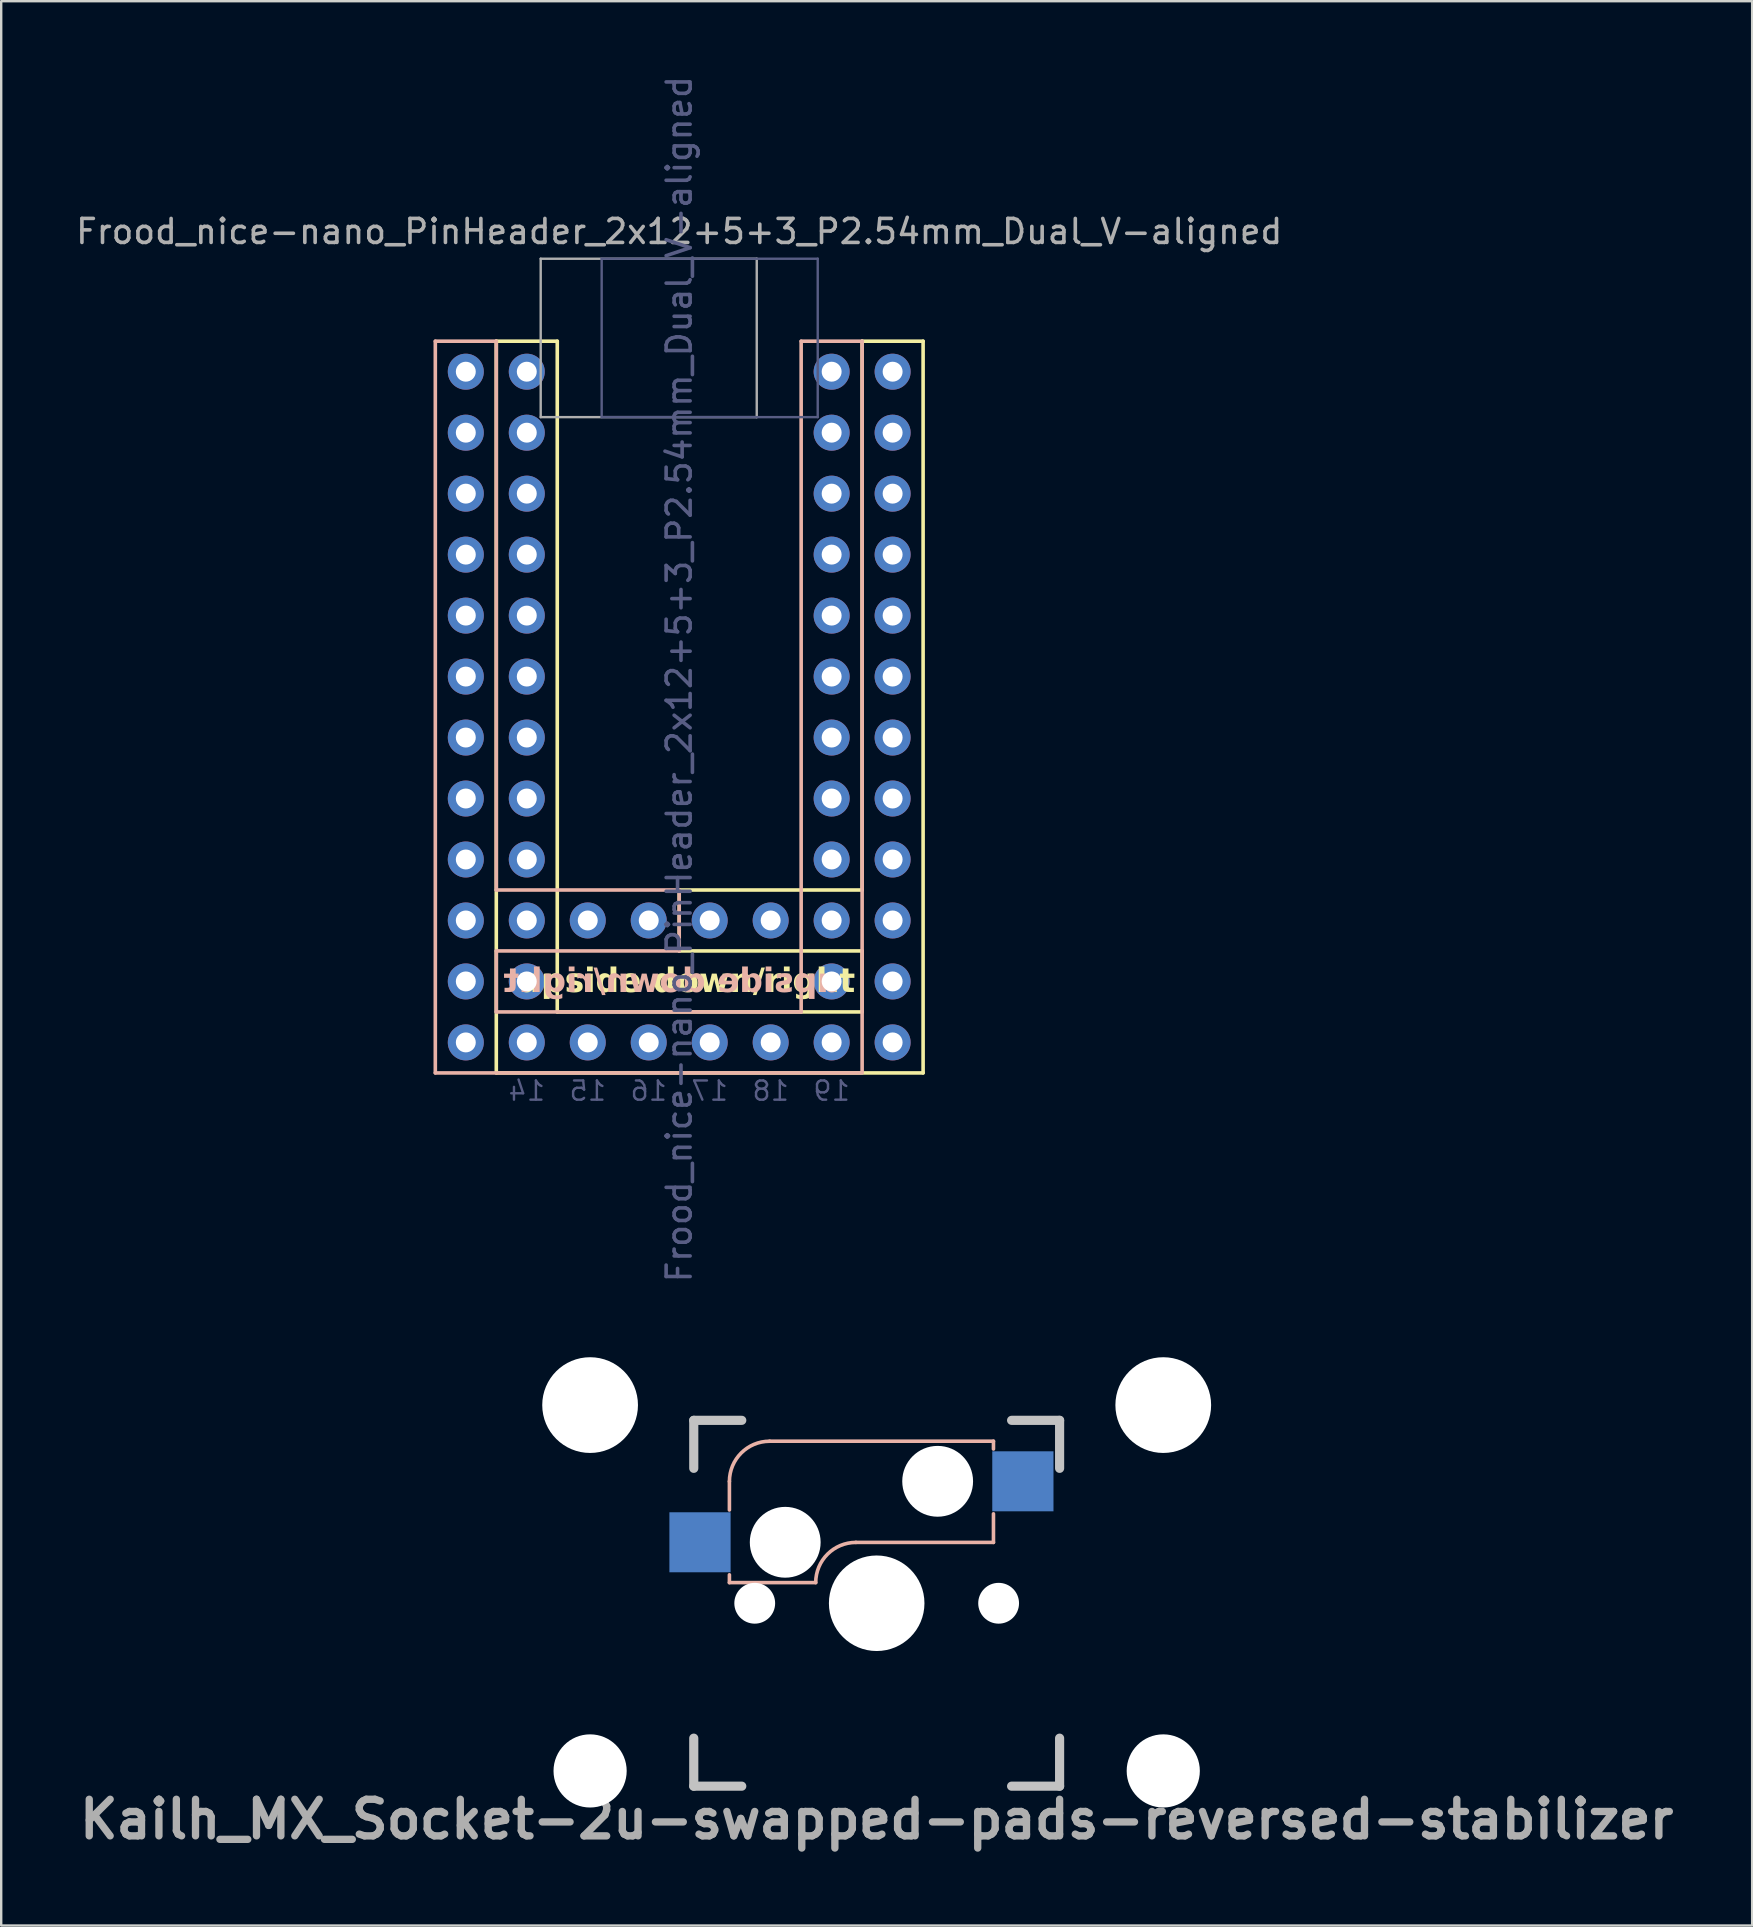
<source format=kicad_pcb>
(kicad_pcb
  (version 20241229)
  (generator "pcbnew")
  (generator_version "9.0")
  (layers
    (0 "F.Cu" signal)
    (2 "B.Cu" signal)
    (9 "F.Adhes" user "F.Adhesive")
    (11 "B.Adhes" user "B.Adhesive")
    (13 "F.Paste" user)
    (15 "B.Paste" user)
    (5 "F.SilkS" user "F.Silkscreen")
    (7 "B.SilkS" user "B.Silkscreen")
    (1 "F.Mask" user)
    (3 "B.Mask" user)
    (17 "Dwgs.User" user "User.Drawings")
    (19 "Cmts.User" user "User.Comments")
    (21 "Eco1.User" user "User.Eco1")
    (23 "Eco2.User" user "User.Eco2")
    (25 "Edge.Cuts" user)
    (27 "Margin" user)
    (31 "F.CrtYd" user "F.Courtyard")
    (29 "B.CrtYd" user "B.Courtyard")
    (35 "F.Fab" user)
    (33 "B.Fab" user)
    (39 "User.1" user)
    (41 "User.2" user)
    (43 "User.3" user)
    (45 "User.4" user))
  (footprint "Frood_nice-nano_PinHeader_2x12+5+3_P2.54mm_Dual_V-aligned"
    (layer "F.Cu")
    (at 25.244 9.894)
    (property "Reference" "Frood_nice-nano_PinHeader_2x12+5+3_P2.54mm_Dual_V-aligned" (at 0 -3.3 0) (layer "F.Fab") (effects (font (size 1 1) (thickness 0.15))))
    (attr through_hole)
    (fp_line (start -7.62 1.27) (end -5.08 1.27) (stroke (width 0.15) (type solid)) (layer "F.SilkS"))
    (fp_line (start -7.62 31.75) (end -7.62 1.27) (stroke (width 0.15) (type solid)) (layer "F.SilkS"))
    (fp_line (start -5.08 1.27) (end -5.08 29.21) (stroke (width 0.15) (type solid)) (layer "F.SilkS"))
    (fp_line (start 0 24.13) (end 7.62 24.13) (stroke (width 0.15) (type solid)) (layer "F.SilkS"))
    (fp_line (start 0 26.67) (end 0 24.13) (stroke (width 0.15) (type solid)) (layer "F.SilkS"))
    (fp_line (start 7.62 1.27) (end 10.16 1.27) (stroke (width 0.15) (type solid)) (layer "F.SilkS"))
    (fp_line (start 7.62 24.13) (end 7.62 1.27) (stroke (width 0.15) (type solid)) (layer "F.SilkS"))
    (fp_line (start 7.62 26.67) (end 0 26.67) (stroke (width 0.15) (type solid)) (layer "F.SilkS"))
    (fp_line (start 7.62 29.21) (end 7.62 26.67) (stroke (width 0.15) (type solid)) (layer "F.SilkS"))
    (fp_line (start 7.62 29.21) (end -5.08 29.21) (stroke (width 0.15) (type solid)) (layer "F.SilkS"))
    (fp_line (start 10.16 1.27) (end 10.16 31.75) (stroke (width 0.15) (type solid)) (layer "F.SilkS"))
    (fp_line (start 10.16 31.75) (end -7.62 31.75) (stroke (width 0.15) (type solid)) (layer "F.SilkS"))
    (fp_line (start -10.16 1.27) (end -10.16 31.75) (stroke (width 0.15) (type solid)) (layer "B.SilkS"))
    (fp_line (start -10.16 31.75) (end 7.62 31.75) (stroke (width 0.15) (type solid)) (layer "B.SilkS"))
    (fp_line (start -7.62 1.27) (end -10.16 1.27) (stroke (width 0.15) (type solid)) (layer "B.SilkS"))
    (fp_line (start -7.62 1.27) (end -7.62 24.13) (stroke (width 0.15) (type solid)) (layer "B.SilkS"))
    (fp_line (start -7.62 26.67) (end -7.62 29.21) (stroke (width 0.15) (type default)) (layer "B.SilkS"))
    (fp_line (start -7.62 26.67) (end 0 26.67) (stroke (width 0.15) (type solid)) (layer "B.SilkS"))
    (fp_line (start -7.62 29.21) (end 5.08 29.21) (stroke (width 0.15) (type solid)) (layer "B.SilkS"))
    (fp_line (start 0 24.13) (end -7.62 24.13) (stroke (width 0.15) (type solid)) (layer "B.SilkS"))
    (fp_line (start 0 26.67) (end 0 24.13) (stroke (width 0.15) (type solid)) (layer "B.SilkS"))
    (fp_line (start 5.08 29.21) (end 5.08 1.27) (stroke (width 0.15) (type solid)) (layer "B.SilkS"))
    (fp_line (start 7.62 1.27) (end 5.08 1.27) (stroke (width 0.15) (type solid)) (layer "B.SilkS"))
    (fp_line (start 7.62 31.676) (end 7.62 1.27) (stroke (width 0.15) (type solid)) (layer "B.SilkS"))
    (fp_line (start -3.23 -2.167) (end 5.77 -2.167) (stroke (width 0.1) (type solid)) (layer "B.Fab"))
    (fp_line (start -3.23 4.433) (end -3.23 -2.167) (stroke (width 0.1) (type solid)) (layer "B.Fab"))
    (fp_line (start 5.77 -2.167) (end 5.77 4.433) (stroke (width 0.1) (type solid)) (layer "B.Fab"))
    (fp_line (start 5.77 4.433) (end -3.23 4.433) (stroke (width 0.1) (type solid)) (layer "B.Fab"))
    (fp_line (start -5.77 -2.167) (end -5.77 4.433) (stroke (width 0.1) (type solid)) (layer "F.Fab"))
    (fp_line (start -5.77 4.433) (end 3.23 4.433) (stroke (width 0.1) (type solid)) (layer "F.Fab"))
    (fp_line (start 3.23 -2.167) (end -5.77 -2.167) (stroke (width 0.1) (type solid)) (layer "F.Fab"))
    (fp_line (start 3.23 4.433) (end 3.23 -2.167) (stroke (width 0.1) (type solid)) (layer "F.Fab"))
    (fp_line (start -7.1 2.54) (end -7.1 30.48) (stroke (width 0.15) (type solid)) (layer "User.6"))
    (fp_line (start -6.35 31.23) (end 8.89 31.23) (stroke (width 0.15) (type solid)) (layer "User.6"))
    (fp_line (start -5.6 29.69) (end -5.6 2.54) (stroke (width 0.15) (type solid)) (layer "User.6"))
    (fp_line (start 1.27 24.65) (end 8.14 24.65) (stroke (width 0.15) (type default)) (layer "User.6"))
    (fp_line (start 1.27 26.15) (end 8.14 26.15) (stroke (width 0.15) (type default)) (layer "User.6"))
    (fp_line (start 8.14 2.54) (end 8.14 24.65) (stroke (width 0.15) (type solid)) (layer "User.6"))
    (fp_line (start 8.14 26.15) (end 8.14 29.69) (stroke (width 0.15) (type default)) (layer "User.6"))
    (fp_line (start 8.14 29.69) (end -5.6 29.69) (stroke (width 0.15) (type solid)) (layer "User.6"))
    (fp_line (start 9.64 30.48) (end 9.64 2.54) (stroke (width 0.15) (type solid)) (layer "User.6"))
    (fp_arc (start -7.1 2.54) (mid -6.35 1.79) (end -5.6 2.54) (stroke (width 0.15) (type solid)) (layer "User.6"))
    (fp_arc (start -6.349997 31.229997) (mid -6.880328 31.010328) (end -7.099997 30.479997) (stroke (width 0.15) (type solid)) (layer "User.6"))
    (fp_arc (start 1.27 26.15) (mid 0.52 25.4) (end 1.27 24.65) (stroke (width 0.15) (type default)) (layer "User.6"))
    (fp_arc (start 8.14 2.54) (mid 8.89 1.79) (end 9.64 2.54) (stroke (width 0.15) (type solid)) (layer "User.6"))
    (fp_arc (start 9.639999 30.480003) (mid 9.420328 31.010331) (end 8.889999 31.230003) (stroke (width 0.15) (type solid)) (layer "User.6"))
    (fp_line (start -9.64 2.54) (end -9.64 30.48) (stroke (width 0.15) (type solid)) (layer "User.7"))
    (fp_line (start -8.89 31.23) (end 6.35 31.23) (stroke (width 0.15) (type solid)) (layer "User.7"))
    (fp_line (start -8.14 2.54) (end -8.14 24.65) (stroke (width 0.15) (type solid)) (layer "User.7"))
    (fp_line (start -8.14 26.15) (end -8.14 29.69) (stroke (width 0.15) (type default)) (layer "User.7"))
    (fp_line (start -8.14 29.69) (end 5.6 29.69) (stroke (width 0.15) (type solid)) (layer "User.7"))
    (fp_line (start -1.27 24.65) (end -8.14 24.65) (stroke (width 0.15) (type default)) (layer "User.7"))
    (fp_line (start -1.27 26.15) (end -8.14 26.15) (stroke (width 0.15) (type default)) (layer "User.7"))
    (fp_line (start 5.6 29.69) (end 5.6 2.5) (stroke (width 0.15) (type solid)) (layer "User.7"))
    (fp_line (start 7.1 30.48) (end 7.1 2.5) (stroke (width 0.15) (type solid)) (layer "User.7"))
    (fp_arc (start -9.64 2.54) (mid -8.89 1.79) (end -8.14 2.54) (stroke (width 0.15) (type solid)) (layer "User.7"))
    (fp_arc (start -8.89 31.23) (mid -9.42033 31.01033) (end -9.64 30.48) (stroke (width 0.15) (type solid)) (layer "User.7"))
    (fp_arc (start -1.27 24.65) (mid -0.52 25.4) (end -1.27 26.15) (stroke (width 0.15) (type default)) (layer "User.7"))
    (fp_arc (start 5.599999 2.5) (mid 6.349999 1.75) (end 7.099999 2.5) (stroke (width 0.15) (type solid)) (layer "User.7"))
    (fp_arc (start 7.1 30.48) (mid 6.88033 31.01033) (end 6.35 31.23) (stroke (width 0.15) (type solid)) (layer "User.7"))
    (fp_text user "upside down/right" (at 0.3 28.55 0) (unlocked yes) (layer "F.SilkS") (effects (font (face "Roboto Condensed") (size 1 0.98) (thickness 0.245) (bold yes)) (justify bottom)))
    (fp_text user "upside down/right" (at -0.3 28.55 0) (unlocked yes) (layer "B.SilkS") (effects (font (face "Roboto Condensed") (size 1 0.98) (thickness 0.245) (bold yes)) (justify bottom mirror)))
    (fp_text user "18" (at 3.81 32.5 0) (unlocked yes) (layer "B.Fab") (effects (font (size 0.8 0.8) (thickness 0.1)) (justify mirror)))
    (fp_text user "16" (at -1.27 32.5 0) (unlocked yes) (layer "B.Fab") (effects (font (size 0.8 0.8) (thickness 0.1)) (justify mirror)))
    (fp_text user "17" (at 1.27 32.5 0) (unlocked yes) (layer "B.Fab") (effects (font (size 0.8 0.8) (thickness 0.1)) (justify mirror)))
    (fp_text user "14" (at -6.35 32.5 0) (unlocked yes) (layer "B.Fab") (effects (font (size 0.8 0.8) (thickness 0.1)) (justify mirror)))
    (fp_text user "19" (at 6.35 32.5 0) (unlocked yes) (layer "B.Fab") (effects (font (size 0.8 0.8) (thickness 0.1)) (justify mirror)))
    (fp_text user "15" (at -3.81 32.5 0) (unlocked yes) (layer "B.Fab") (effects (font (size 0.8 0.8) (thickness 0.1)) (justify mirror)))
    (fp_text user "${REFERENCE}" (at 0 15.35 270) (layer "B.Fab") (effects (font (size 1 1) (thickness 0.15))))
    (pad "2" thru_hole oval (at -8.89 2.54) (size 1.5 1.5) (drill 0.83) (layers "*.Cu" "F.Mask"))
    (pad "2" thru_hole oval (at 8.89 2.54) (size 1.5 1.5) (drill 0.83) (layers "*.Cu" "B.Mask"))
    (pad "3" thru_hole oval (at -8.89 5.08) (size 1.5 1.5) (drill 0.83) (layers "*.Cu" "F.Mask"))
    (pad "3" thru_hole oval (at 8.89 5.08) (size 1.5 1.5) (drill 0.83) (layers "*.Cu" "B.Mask"))
    (pad "4" thru_hole oval (at -8.89 7.62 315) (size 1.5 1.5) (drill 0.83) (layers "*.Cu" "F.Mask"))
    (pad "4" thru_hole oval (at 8.89 7.62 315) (size 1.5 1.5) (drill 0.83) (layers "*.Cu" "B.Mask"))
    (pad "5" thru_hole oval (at -8.89 10.16 315) (size 1.5 1.5) (drill 0.83) (layers "*.Cu" "F.Mask"))
    (pad "5" thru_hole oval (at 8.89 10.16 315) (size 1.5 1.5) (drill 0.83) (layers "*.Cu" "B.Mask"))
    (pad "6" thru_hole oval (at -8.89 12.7) (size 1.5 1.5) (drill 0.83) (layers "*.Cu" "F.Mask"))
    (pad "6" thru_hole oval (at 8.89 12.7) (size 1.5 1.5) (drill 0.83) (layers "*.Cu" "B.Mask"))
    (pad "7" thru_hole oval (at -8.89 15.24) (size 1.5 1.5) (drill 0.83) (layers "*.Cu" "F.Mask"))
    (pad "7" thru_hole oval (at 8.89 15.24) (size 1.5 1.5) (drill 0.83) (layers "*.Cu" "B.Mask"))
    (pad "8" thru_hole oval (at -8.89 17.78) (size 1.5 1.5) (drill 0.83) (layers "*.Cu" "F.Mask"))
    (pad "8" thru_hole oval (at 8.89 17.78) (size 1.5 1.5) (drill 0.83) (layers "*.Cu" "B.Mask"))
    (pad "9" thru_hole oval (at -8.89 20.32) (size 1.5 1.5) (drill 0.83) (layers "*.Cu" "F.Mask"))
    (pad "9" thru_hole oval (at 8.89 20.32) (size 1.5 1.5) (drill 0.83) (layers "*.Cu" "B.Mask"))
    (pad "10" thru_hole oval (at -8.89 22.86) (size 1.5 1.5) (drill 0.83) (layers "*.Cu" "F.Mask"))
    (pad "10" thru_hole oval (at 8.89 22.86) (size 1.5 1.5) (drill 0.83) (layers "*.Cu" "B.Mask"))
    (pad "11" thru_hole oval (at -8.89 25.4) (size 1.5 1.5) (drill 0.83) (layers "*.Cu" "F.Mask"))
    (pad "11" thru_hole oval (at 8.89 25.4) (size 1.5 1.5) (drill 0.83) (layers "*.Cu" "B.Mask"))
    (pad "12" thru_hole oval (at -8.89 27.94) (size 1.5 1.5) (drill 0.83) (layers "*.Cu" "F.Mask"))
    (pad "12" thru_hole oval (at 8.89 27.94) (size 1.5 1.5) (drill 0.83) (layers "*.Cu" "B.Mask"))
    (pad "13" thru_hole oval (at -8.89 30.48) (size 1.5 1.5) (drill 0.83) (layers "*.Cu" "F.Mask"))
    (pad "13" thru_hole oval (at 8.89 30.48) (size 1.5 1.5) (drill 0.83) (layers "*.Cu" "B.Mask"))
    (pad "14" thru_hole oval (at 6.35 30.48) (size 1.5 1.5) (drill 0.83) (layers "*.Cu" "*.Mask"))
    (pad "15" thru_hole oval (at 3.81 30.48) (size 1.5 1.5) (drill 0.83) (layers "*.Cu" "*.Mask"))
    (pad "16" thru_hole oval (at 1.27 30.48) (size 1.5 1.5) (drill 0.83) (layers "*.Cu" "*.Mask"))
    (pad "17" thru_hole oval (at -1.27 30.48) (size 1.5 1.5) (drill 0.83) (layers "*.Cu" "*.Mask"))
    (pad "18" thru_hole oval (at -3.81 30.48) (size 1.5 1.5) (drill 0.83) (layers "*.Cu" "*.Mask"))
    (pad "19" thru_hole oval (at -6.35 30.48) (size 1.5 1.5) (drill 0.83) (layers "*.Cu" "*.Mask"))
    (pad "20" thru_hole oval (at -6.35 27.94) (size 1.5 1.5) (drill 0.83) (layers "*.Cu" "B.Mask"))
    (pad "20" thru_hole oval (at 6.35 27.94) (size 1.5 1.5) (drill 0.83) (layers "*.Cu" "F.Mask"))
    (pad "21" thru_hole oval (at -6.35 25.4) (size 1.5 1.5) (drill 0.83) (layers "*.Cu" "*.Mask"))
    (pad "21" thru_hole oval (at 6.35 25.4) (size 1.5 1.5) (drill 0.83) (layers "*.Cu" "*.Mask"))
    (pad "22" thru_hole oval (at -6.35 22.86) (size 1.5 1.5) (drill 0.83) (layers "*.Cu" "B.Mask"))
    (pad "22" thru_hole oval (at 6.35 22.86) (size 1.5 1.5) (drill 0.83) (layers "*.Cu" "F.Mask"))
    (pad "23" thru_hole oval (at -6.35 20.32) (size 1.5 1.5) (drill 0.83) (layers "*.Cu" "B.Mask"))
    (pad "23" thru_hole oval (at 6.35 20.32) (size 1.5 1.5) (drill 0.83) (layers "*.Cu" "F.Mask"))
    (pad "24" thru_hole oval (at -6.35 17.78) (size 1.5 1.5) (drill 0.83) (layers "*.Cu" "B.Mask"))
    (pad "24" thru_hole oval (at 6.35 17.78) (size 1.5 1.5) (drill 0.83) (layers "*.Cu" "F.Mask"))
    (pad "25" thru_hole oval (at -6.35 15.24) (size 1.5 1.5) (drill 0.83) (layers "*.Cu" "B.Mask"))
    (pad "25" thru_hole oval (at 6.35 15.24) (size 1.5 1.5) (drill 0.83) (layers "*.Cu" "F.Mask"))
    (pad "26" thru_hole oval (at -6.35 12.7) (size 1.5 1.5) (drill 0.83) (layers "*.Cu" "B.Mask"))
    (pad "26" thru_hole oval (at 6.35 12.7) (size 1.5 1.5) (drill 0.83) (layers "*.Cu" "F.Mask"))
    (pad "27" thru_hole oval (at -6.35 10.16) (size 1.5 1.5) (drill 0.83) (layers "*.Cu" "B.Mask"))
    (pad "27" thru_hole oval (at 6.35 10.16) (size 1.5 1.5) (drill 0.83) (layers "*.Cu" "F.Mask"))
    (pad "28" thru_hole oval (at -6.35 7.62) (size 1.5 1.5) (drill 0.83) (layers "*.Cu" "B.Mask"))
    (pad "28" thru_hole oval (at 6.35 7.62) (size 1.5 1.5) (drill 0.83) (layers "*.Cu" "F.Mask"))
    (pad "29" thru_hole oval (at -6.35 5.08 315) (size 1.5 1.5) (drill 0.83) (layers "*.Cu" "B.Mask"))
    (pad "29" thru_hole oval (at 6.35 5.08 315) (size 1.5 1.5) (drill 0.83) (layers "*.Cu" "F.Mask"))
    (pad "30" thru_hole oval (at -6.35 2.54) (size 1.5 1.5) (drill 0.83) (layers "*.Cu" "B.Mask"))
    (pad "30" thru_hole oval (at 6.35 2.54) (size 1.5 1.5) (drill 0.83) (layers "*.Cu" "F.Mask"))
    (pad "32" thru_hole oval (at -3.81 25.4) (size 1.5 1.5) (drill 0.83) (layers "*.Cu" "F.Mask"))
    (pad "32" thru_hole oval (at 3.81 25.4) (size 1.5 1.5) (drill 0.83) (layers "*.Cu" "B.Mask"))
    (pad "33" thru_hole oval (at -1.27 25.4) (size 1.5 1.5) (drill 0.83) (layers "*.Cu" "F.Mask"))
    (pad "33" thru_hole oval (at 1.27 25.4) (size 1.5 1.5) (drill 0.83) (layers "*.Cu" "B.Mask")))
  (footprint "Kailh_MX_Socket-2u-swapped-pads-reversed-stabilizer"
    (layer "F.Cu")
    (at 33.47 63.737)
    (property "Reference" "Kailh_MX_Socket-2u-swapped-pads-reversed-stabilizer" (at 0 9 0) (layer "F.Fab") (effects (font (size 1.524 1.524) (thickness 0.305))))
    (attr through_hole)
    (fp_line (start -6.135 -5.075) (end -6.135 -3.885) (stroke (width 0.15) (type solid)) (layer "B.SilkS"))
    (fp_line (start -6.135 -1.185) (end -6.135 -0.86) (stroke (width 0.15) (type solid)) (layer "B.SilkS"))
    (fp_line (start -6.135 -0.86) (end -2.54 -0.86) (stroke (width 0.15) (type solid)) (layer "B.SilkS"))
    (fp_line (start -4.46 -6.75) (end 4.865 -6.75) (stroke (width 0.15) (type solid)) (layer "B.SilkS"))
    (fp_line (start -0.865 -2.535) (end 4.865 -2.535) (stroke (width 0.15) (type solid)) (layer "B.SilkS"))
    (fp_line (start 4.865 -6.75) (end 4.865 -6.425) (stroke (width 0.15) (type solid)) (layer "B.SilkS"))
    (fp_line (start 4.865 -3.725) (end 4.865 -2.535) (stroke (width 0.15) (type solid)) (layer "B.SilkS"))
    (fp_arc (start -6.134596 -5.074596) (mid -5.644 -6.259) (end -4.459596 -6.749596) (stroke (width 0.15) (type solid)) (layer "B.SilkS"))
    (fp_arc (start -2.539596 -0.859596) (mid -2.049 -2.044) (end -0.864596 -2.534596) (stroke (width 0.15) (type solid)) (layer "B.SilkS"))
    (fp_line (start -7.62 -7.62) (end -7.62 -5.62) (stroke (width 0.381) (type solid)) (layer "Dwgs.User"))
    (fp_line (start -7.62 5.62) (end -7.62 7.62) (stroke (width 0.381) (type solid)) (layer "Dwgs.User"))
    (fp_line (start -5.62 -7.62) (end -7.62 -7.62) (stroke (width 0.381) (type solid)) (layer "Dwgs.User"))
    (fp_line (start -5.62 7.62) (end -7.62 7.62) (stroke (width 0.381) (type solid)) (layer "Dwgs.User"))
    (fp_line (start 7.62 -7.62) (end 5.62 -7.62) (stroke (width 0.381) (type solid)) (layer "Dwgs.User"))
    (fp_line (start 7.62 -5.62) (end 7.62 -7.62) (stroke (width 0.381) (type solid)) (layer "Dwgs.User"))
    (fp_line (start 7.62 5.62) (end 7.62 7.62) (stroke (width 0.381) (type solid)) (layer "Dwgs.User"))
    (fp_line (start 7.62 7.62) (end 5.62 7.62) (stroke (width 0.381) (type solid)) (layer "Dwgs.User"))
    (pad "" np_thru_hole circle (at -11.938 -8.255) (size 3.988 3.988) (drill 3.988) (layers "*.Cu" "*.Mask"))
    (pad "" np_thru_hole circle (at -11.938 6.985) (size 3.048 3.048) (drill 3.048) (layers "*.Cu" "*.Mask"))
    (pad "" np_thru_hole circle (at -5.08 0) (size 1.7 1.7) (drill 1.7) (layers "*.Cu" "*.Mask"))
    (pad "" np_thru_hole circle (at -3.81 -2.54) (size 2.95 2.95) (drill 2.95) (layers "*.Cu" "*.Mask"))
    (pad "" np_thru_hole circle (at 0 0) (size 3.98 3.98) (drill 3.98) (layers "*.Cu" "*.Mask"))
    (pad "" np_thru_hole circle (at 2.54 -5.08) (size 2.95 2.95) (drill 2.95) (layers "*.Cu" "*.Mask"))
    (pad "" np_thru_hole circle (at 5.08 0) (size 1.7 1.7) (drill 1.7) (layers "*.Cu" "*.Mask"))
    (pad "" np_thru_hole circle (at 11.938 -8.255) (size 3.988 3.988) (drill 3.988) (layers "*.Cu" "*.Mask"))
    (pad "" np_thru_hole circle (at 11.938 6.985) (size 3.048 3.048) (drill 3.048) (layers "*.Cu" "*.Mask"))
    (pad "1" smd rect (at -7.36 -2.54) (size 2.55 2.5) (layers "B.Cu" "B.Mask" "B.Paste"))
    (pad "2" smd rect (at 6.09 -5.08) (size 2.55 2.5) (layers "B.Cu" "B.Mask" "B.Paste")))
  (gr_rect
    (start -3 -3)
    (end 69.94 77.163)
    (stroke (width 0.1) (type default))
    (fill no)
    (layer "Edge.Cuts")))
</source>
